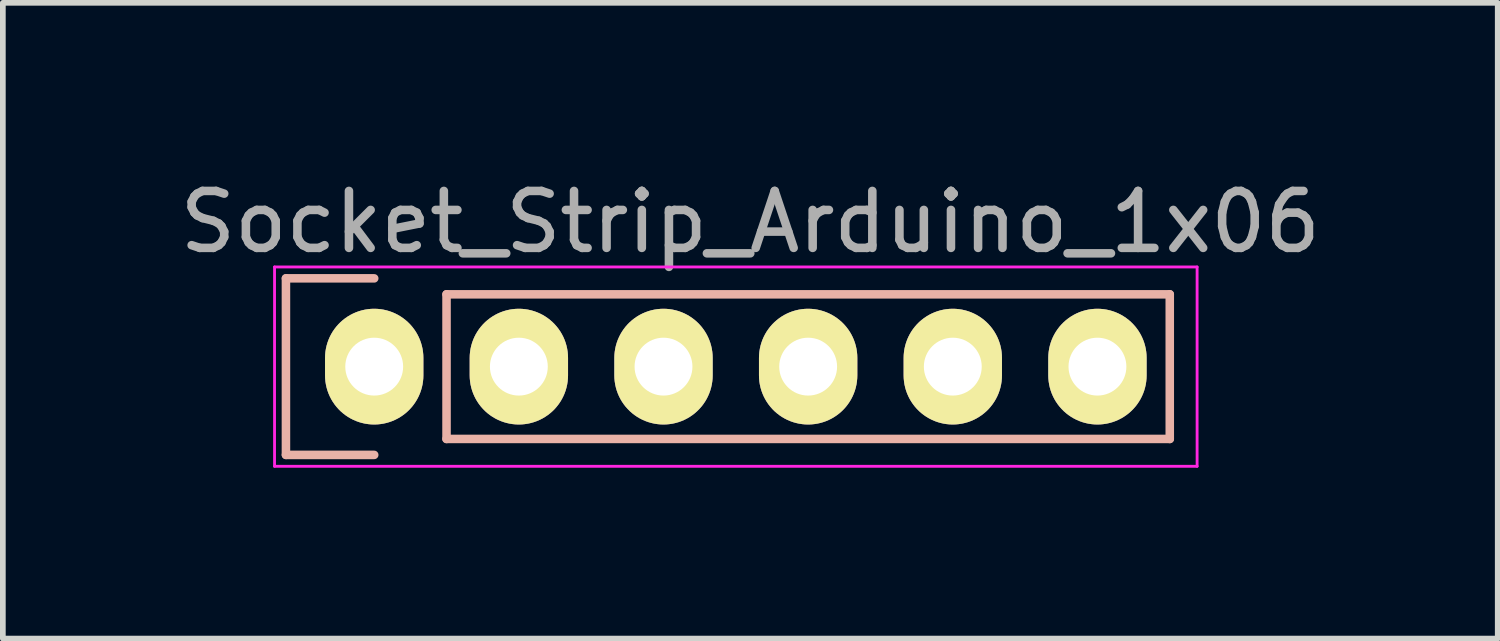
<source format=kicad_pcb>
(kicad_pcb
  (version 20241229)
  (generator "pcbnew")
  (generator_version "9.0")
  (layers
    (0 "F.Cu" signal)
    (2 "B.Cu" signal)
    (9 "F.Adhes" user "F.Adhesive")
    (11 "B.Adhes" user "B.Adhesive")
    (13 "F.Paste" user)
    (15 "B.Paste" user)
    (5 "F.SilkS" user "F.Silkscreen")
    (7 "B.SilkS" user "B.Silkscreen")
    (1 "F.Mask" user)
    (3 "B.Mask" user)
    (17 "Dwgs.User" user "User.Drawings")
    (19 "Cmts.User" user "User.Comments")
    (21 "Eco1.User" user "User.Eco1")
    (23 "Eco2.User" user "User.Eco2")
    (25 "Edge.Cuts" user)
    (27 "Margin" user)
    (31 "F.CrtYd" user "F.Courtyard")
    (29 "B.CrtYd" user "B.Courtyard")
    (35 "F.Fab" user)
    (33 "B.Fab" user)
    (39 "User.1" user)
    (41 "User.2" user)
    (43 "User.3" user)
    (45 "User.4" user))
  (footprint "Socket_Strip_Arduino_1x06"
    (layer "F.Cu")
    (at 3.521 3.388)
    (property "Reference" "Socket_Strip_Arduino_1x06" (at 6.604 -2.54 0) (layer "F.Fab") (effects (font (size 1 1) (thickness 0.15))))
    (attr through_hole)
    (fp_line (start -1.55 -1.55) (end -1.55 1.55) (stroke (width 0.15) (type solid)) (layer "B.SilkS"))
    (fp_line (start -1.55 1.55) (end 0 1.55) (stroke (width 0.15) (type solid)) (layer "B.SilkS"))
    (fp_line (start 0 -1.55) (end -1.55 -1.55) (stroke (width 0.15) (type solid)) (layer "B.SilkS"))
    (fp_line (start 1.27 1.27) (end 1.27 -1.27) (stroke (width 0.15) (type solid)) (layer "B.SilkS"))
    (fp_line (start 1.27 1.27) (end 13.97 1.27) (stroke (width 0.15) (type solid)) (layer "B.SilkS"))
    (fp_line (start 13.97 -1.27) (end 1.27 -1.27) (stroke (width 0.15) (type solid)) (layer "B.SilkS"))
    (fp_line (start 13.97 1.27) (end 13.97 -1.27) (stroke (width 0.15) (type solid)) (layer "B.SilkS"))
    (fp_line (start -1.75 -1.75) (end -1.75 1.75) (stroke (width 0.05) (type solid)) (layer "F.CrtYd"))
    (fp_line (start -1.75 -1.75) (end 14.45 -1.75) (stroke (width 0.05) (type solid)) (layer "F.CrtYd"))
    (fp_line (start -1.75 1.75) (end 14.45 1.75) (stroke (width 0.05) (type solid)) (layer "F.CrtYd"))
    (fp_line (start 14.45 -1.75) (end 14.45 1.75) (stroke (width 0.05) (type solid)) (layer "F.CrtYd"))
    (pad "1" thru_hole oval (at 0 0) (size 1.727 2.032) (drill 1.016) (layers "*.Cu" "*.Mask" "F.SilkS"))
    (pad "2" thru_hole oval (at 2.54 0) (size 1.727 2.032) (drill 1.016) (layers "*.Cu" "*.Mask" "F.SilkS"))
    (pad "3" thru_hole oval (at 5.08 0) (size 1.727 2.032) (drill 1.016) (layers "*.Cu" "*.Mask" "F.SilkS"))
    (pad "4" thru_hole oval (at 7.62 0) (size 1.727 2.032) (drill 1.016) (layers "*.Cu" "*.Mask" "F.SilkS"))
    (pad "5" thru_hole oval (at 10.16 0) (size 1.727 2.032) (drill 1.016) (layers "*.Cu" "*.Mask" "F.SilkS"))
    (pad "6" thru_hole oval (at 12.7 0) (size 1.727 2.032) (drill 1.016) (layers "*.Cu" "*.Mask" "F.SilkS")))
  (gr_rect
    (start -3 -3)
    (end 23.25 8.163)
    (stroke (width 0.1) (type default))
    (fill no)
    (layer "Edge.Cuts")))
</source>
